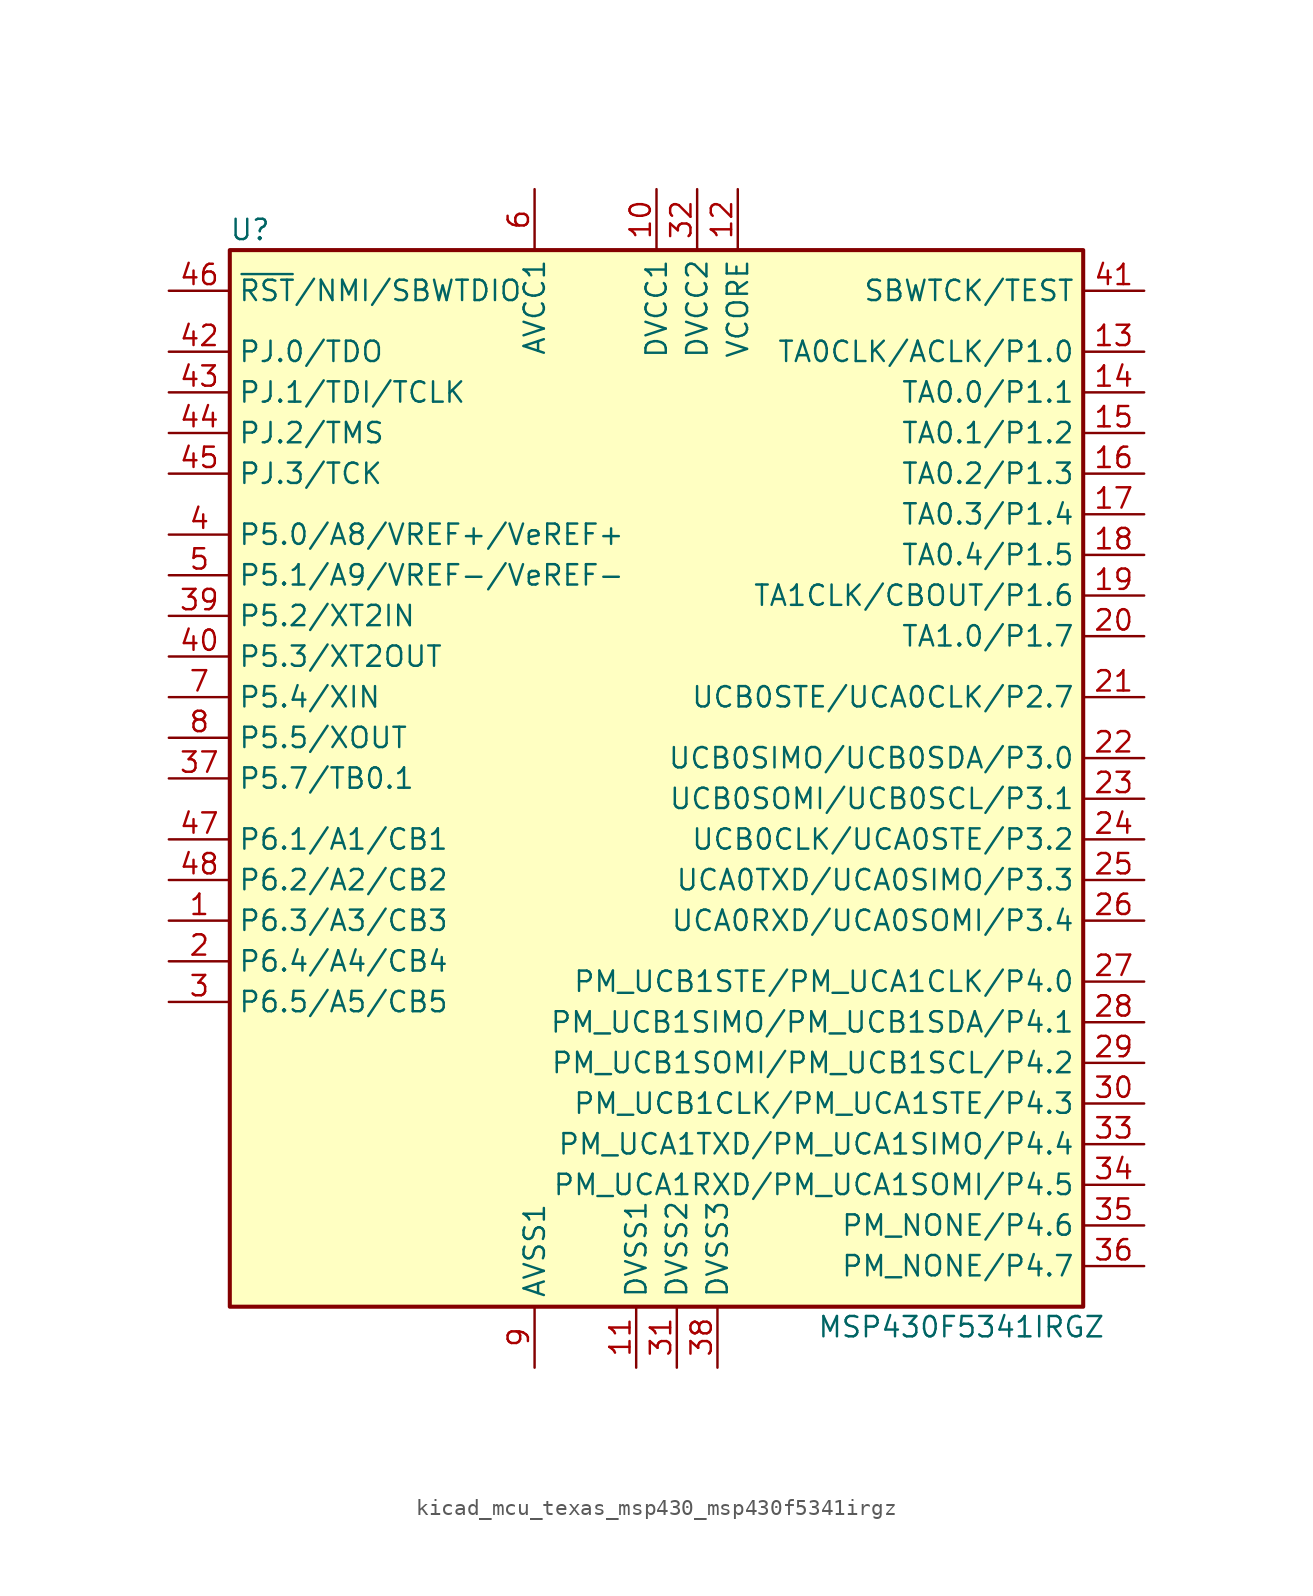
<source format=kicad_sym>
(kicad_symbol_lib
  (version 20220914)
  (generator kicad_symbol_editor)
  (symbol "kicad_mcu_texas_msp430_msp430f5341irgz"
    (property "Reference" "U"
      (at -26.67 34.29 0)
      (effects (font (size 1.27 1.27))))
    (property "Value" "MSP430F5341IRGZ"
      (at 17.78 -34.29 0)
      (effects (font (size 1.27 1.27))))
    (symbol "kicad_mcu_texas_msp430_msp430f5341irgz_0_1"
      (rectangle (start -27.94 33.02) (end 25.4 -33.02) (stroke (width 0.254) (type default)) (fill (type background))))
    (symbol "kicad_mcu_texas_msp430_msp430f5341irgz_1_1"
      (pin bidirectional line (at -31.75 -8.89 0) (length 3.81) (name "P6.3/A3/CB3" (effects (font (size 1.27 1.27)))) (number "1" (effects (font (size 1.27 1.27)))))
      (pin power_in line (at -1.27 36.83 270) (length 3.81) (name "DVCC1" (effects (font (size 1.27 1.27)))) (number "10" (effects (font (size 1.27 1.27)))))
      (pin power_in line (at -2.54 -36.83 90) (length 3.81) (name "DVSS1" (effects (font (size 1.27 1.27)))) (number "11" (effects (font (size 1.27 1.27)))))
      (pin passive line (at 3.81 36.83 270) (length 3.81) (name "VCORE" (effects (font (size 1.27 1.27)))) (number "12" (effects (font (size 1.27 1.27)))))
      (pin bidirectional line (at 29.21 26.67 180) (length 3.81) (name "TA0CLK/ACLK/P1.0" (effects (font (size 1.27 1.27)))) (number "13" (effects (font (size 1.27 1.27)))))
      (pin bidirectional line (at 29.21 24.13 180) (length 3.81) (name "TA0.0/P1.1" (effects (font (size 1.27 1.27)))) (number "14" (effects (font (size 1.27 1.27)))))
      (pin bidirectional line (at 29.21 21.59 180) (length 3.81) (name "TA0.1/P1.2" (effects (font (size 1.27 1.27)))) (number "15" (effects (font (size 1.27 1.27)))))
      (pin bidirectional line (at 29.21 19.05 180) (length 3.81) (name "TA0.2/P1.3" (effects (font (size 1.27 1.27)))) (number "16" (effects (font (size 1.27 1.27)))))
      (pin bidirectional line (at 29.21 16.51 180) (length 3.81) (name "TA0.3/P1.4" (effects (font (size 1.27 1.27)))) (number "17" (effects (font (size 1.27 1.27)))))
      (pin bidirectional line (at 29.21 13.97 180) (length 3.81) (name "TA0.4/P1.5" (effects (font (size 1.27 1.27)))) (number "18" (effects (font (size 1.27 1.27)))))
      (pin bidirectional line (at 29.21 11.43 180) (length 3.81) (name "TA1CLK/CBOUT/P1.6" (effects (font (size 1.27 1.27)))) (number "19" (effects (font (size 1.27 1.27)))))
      (pin bidirectional line (at -31.75 -11.43 0) (length 3.81) (name "P6.4/A4/CB4" (effects (font (size 1.27 1.27)))) (number "2" (effects (font (size 1.27 1.27)))))
      (pin bidirectional line (at 29.21 8.89 180) (length 3.81) (name "TA1.0/P1.7" (effects (font (size 1.27 1.27)))) (number "20" (effects (font (size 1.27 1.27)))))
      (pin bidirectional line (at 29.21 5.08 180) (length 3.81) (name "UCB0STE/UCA0CLK/P2.7" (effects (font (size 1.27 1.27)))) (number "21" (effects (font (size 1.27 1.27)))))
      (pin bidirectional line (at 29.21 1.27 180) (length 3.81) (name "UCB0SIMO/UCB0SDA/P3.0" (effects (font (size 1.27 1.27)))) (number "22" (effects (font (size 1.27 1.27)))))
      (pin bidirectional line (at 29.21 -1.27 180) (length 3.81) (name "UCB0SOMI/UCB0SCL/P3.1" (effects (font (size 1.27 1.27)))) (number "23" (effects (font (size 1.27 1.27)))))
      (pin bidirectional line (at 29.21 -3.81 180) (length 3.81) (name "UCB0CLK/UCA0STE/P3.2" (effects (font (size 1.27 1.27)))) (number "24" (effects (font (size 1.27 1.27)))))
      (pin bidirectional line (at 29.21 -6.35 180) (length 3.81) (name "UCA0TXD/UCA0SIMO/P3.3" (effects (font (size 1.27 1.27)))) (number "25" (effects (font (size 1.27 1.27)))))
      (pin bidirectional line (at 29.21 -8.89 180) (length 3.81) (name "UCA0RXD/UCA0SOMI/P3.4" (effects (font (size 1.27 1.27)))) (number "26" (effects (font (size 1.27 1.27)))))
      (pin bidirectional line (at 29.21 -12.7 180) (length 3.81) (name "PM_UCB1STE/PM_UCA1CLK/P4.0" (effects (font (size 1.27 1.27)))) (number "27" (effects (font (size 1.27 1.27)))))
      (pin bidirectional line (at 29.21 -15.24 180) (length 3.81) (name "PM_UCB1SIMO/PM_UCB1SDA/P4.1" (effects (font (size 1.27 1.27)))) (number "28" (effects (font (size 1.27 1.27)))))
      (pin bidirectional line (at 29.21 -17.78 180) (length 3.81) (name "PM_UCB1SOMI/PM_UCB1SCL/P4.2" (effects (font (size 1.27 1.27)))) (number "29" (effects (font (size 1.27 1.27)))))
      (pin bidirectional line (at -31.75 -13.97 0) (length 3.81) (name "P6.5/A5/CB5" (effects (font (size 1.27 1.27)))) (number "3" (effects (font (size 1.27 1.27)))))
      (pin bidirectional line (at 29.21 -20.32 180) (length 3.81) (name "PM_UCB1CLK/PM_UCA1STE/P4.3" (effects (font (size 1.27 1.27)))) (number "30" (effects (font (size 1.27 1.27)))))
      (pin power_in line (at 0 -36.83 90) (length 3.81) (name "DVSS2" (effects (font (size 1.27 1.27)))) (number "31" (effects (font (size 1.27 1.27)))))
      (pin power_in line (at 1.27 36.83 270) (length 3.81) (name "DVCC2" (effects (font (size 1.27 1.27)))) (number "32" (effects (font (size 1.27 1.27)))))
      (pin bidirectional line (at 29.21 -22.86 180) (length 3.81) (name "PM_UCA1TXD/PM_UCA1SIMO/P4.4" (effects (font (size 1.27 1.27)))) (number "33" (effects (font (size 1.27 1.27)))))
      (pin bidirectional line (at 29.21 -25.4 180) (length 3.81) (name "PM_UCA1RXD/PM_UCA1SOMI/P4.5" (effects (font (size 1.27 1.27)))) (number "34" (effects (font (size 1.27 1.27)))))
      (pin bidirectional line (at 29.21 -27.94 180) (length 3.81) (name "PM_NONE/P4.6" (effects (font (size 1.27 1.27)))) (number "35" (effects (font (size 1.27 1.27)))))
      (pin bidirectional line (at 29.21 -30.48 180) (length 3.81) (name "PM_NONE/P4.7" (effects (font (size 1.27 1.27)))) (number "36" (effects (font (size 1.27 1.27)))))
      (pin bidirectional line (at -31.75 0 0) (length 3.81) (name "P5.7/TB0.1" (effects (font (size 1.27 1.27)))) (number "37" (effects (font (size 1.27 1.27)))))
      (pin power_in line (at 2.54 -36.83 90) (length 3.81) (name "DVSS3" (effects (font (size 1.27 1.27)))) (number "38" (effects (font (size 1.27 1.27)))))
      (pin bidirectional line (at -31.75 10.16 0) (length 3.81) (name "P5.2/XT2IN" (effects (font (size 1.27 1.27)))) (number "39" (effects (font (size 1.27 1.27)))))
      (pin bidirectional line (at -31.75 15.24 0) (length 3.81) (name "P5.0/A8/VREF+/VeREF+" (effects (font (size 1.27 1.27)))) (number "4" (effects (font (size 1.27 1.27)))))
      (pin bidirectional line (at -31.75 7.62 0) (length 3.81) (name "P5.3/XT2OUT" (effects (font (size 1.27 1.27)))) (number "40" (effects (font (size 1.27 1.27)))))
      (pin input line (at 29.21 30.48 180) (length 3.81) (name "SBWTCK/TEST" (effects (font (size 1.27 1.27)))) (number "41" (effects (font (size 1.27 1.27)))))
      (pin bidirectional line (at -31.75 26.67 0) (length 3.81) (name "PJ.0/TDO" (effects (font (size 1.27 1.27)))) (number "42" (effects (font (size 1.27 1.27)))))
      (pin bidirectional line (at -31.75 24.13 0) (length 3.81) (name "PJ.1/TDI/TCLK" (effects (font (size 1.27 1.27)))) (number "43" (effects (font (size 1.27 1.27)))))
      (pin bidirectional line (at -31.75 21.59 0) (length 3.81) (name "PJ.2/TMS" (effects (font (size 1.27 1.27)))) (number "44" (effects (font (size 1.27 1.27)))))
      (pin bidirectional line (at -31.75 19.05 0) (length 3.81) (name "PJ.3/TCK" (effects (font (size 1.27 1.27)))) (number "45" (effects (font (size 1.27 1.27)))))
      (pin input line (at -31.75 30.48 0) (length 3.81) (name "~{RST}/NMI/SBWTDIO" (effects (font (size 1.27 1.27)))) (number "46" (effects (font (size 1.27 1.27)))))
      (pin bidirectional line (at -31.75 -3.81 0) (length 3.81) (name "P6.1/A1/CB1" (effects (font (size 1.27 1.27)))) (number "47" (effects (font (size 1.27 1.27)))))
      (pin bidirectional line (at -31.75 -6.35 0) (length 3.81) (name "P6.2/A2/CB2" (effects (font (size 1.27 1.27)))) (number "48" (effects (font (size 1.27 1.27)))))
      (pin bidirectional line (at -31.75 12.7 0) (length 3.81) (name "P5.1/A9/VREF-/VeREF-" (effects (font (size 1.27 1.27)))) (number "5" (effects (font (size 1.27 1.27)))))
      (pin power_in line (at -8.89 36.83 270) (length 3.81) (name "AVCC1" (effects (font (size 1.27 1.27)))) (number "6" (effects (font (size 1.27 1.27)))))
      (pin bidirectional line (at -31.75 5.08 0) (length 3.81) (name "P5.4/XIN" (effects (font (size 1.27 1.27)))) (number "7" (effects (font (size 1.27 1.27)))))
      (pin bidirectional line (at -31.75 2.54 0) (length 3.81) (name "P5.5/XOUT" (effects (font (size 1.27 1.27)))) (number "8" (effects (font (size 1.27 1.27)))))
      (pin power_in line (at -8.89 -36.83 90) (length 3.81) (name "AVSS1" (effects (font (size 1.27 1.27)))) (number "9" (effects (font (size 1.27 1.27))))))))
</source>
